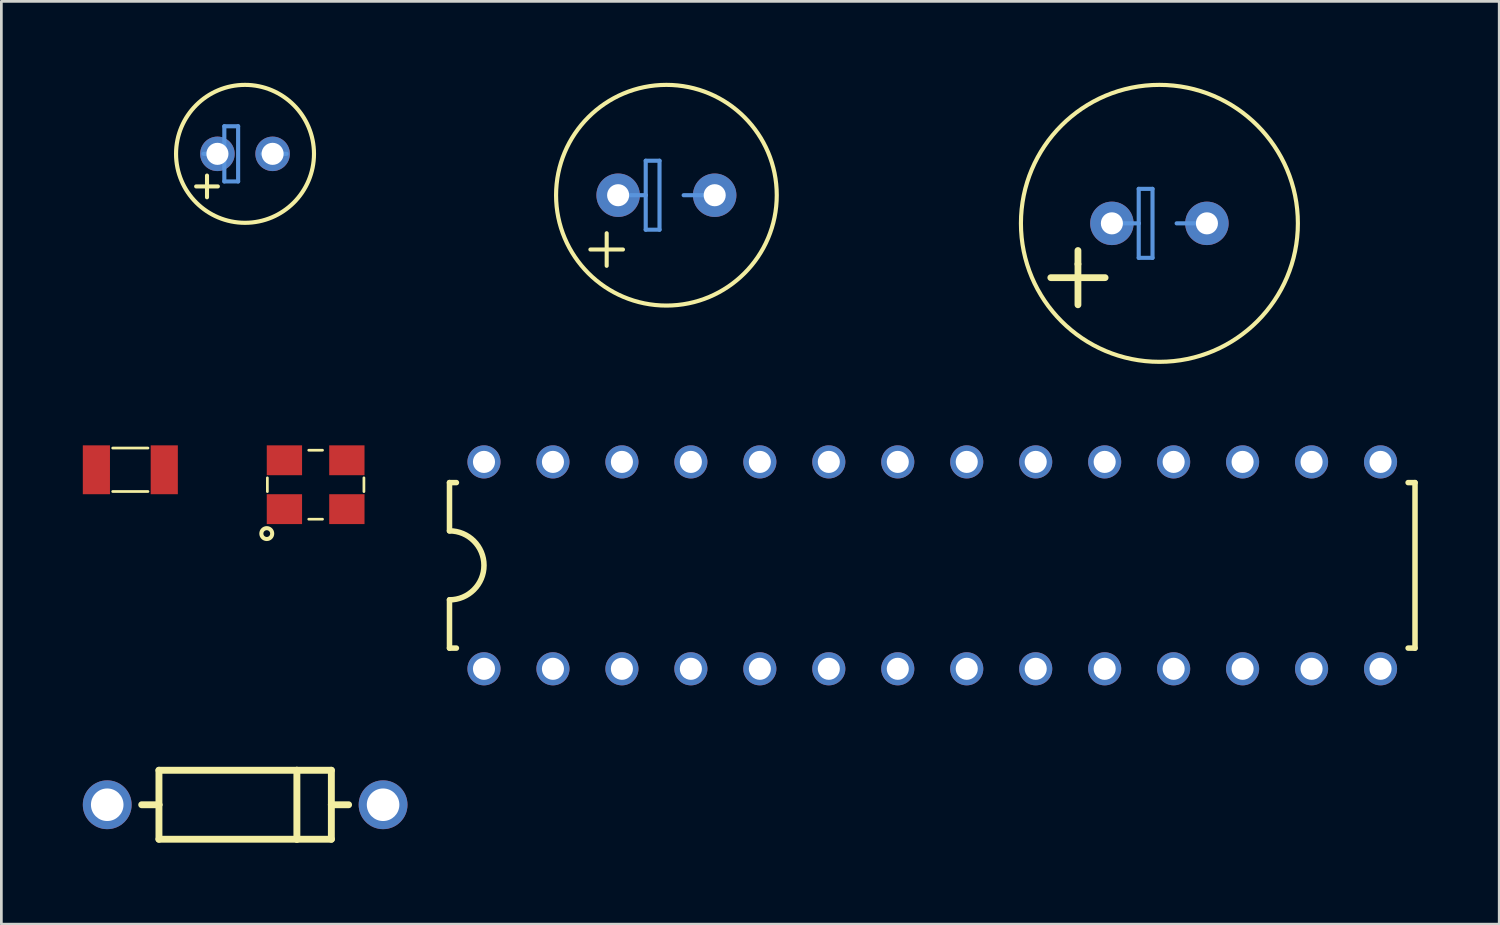
<source format=kicad_pcb>
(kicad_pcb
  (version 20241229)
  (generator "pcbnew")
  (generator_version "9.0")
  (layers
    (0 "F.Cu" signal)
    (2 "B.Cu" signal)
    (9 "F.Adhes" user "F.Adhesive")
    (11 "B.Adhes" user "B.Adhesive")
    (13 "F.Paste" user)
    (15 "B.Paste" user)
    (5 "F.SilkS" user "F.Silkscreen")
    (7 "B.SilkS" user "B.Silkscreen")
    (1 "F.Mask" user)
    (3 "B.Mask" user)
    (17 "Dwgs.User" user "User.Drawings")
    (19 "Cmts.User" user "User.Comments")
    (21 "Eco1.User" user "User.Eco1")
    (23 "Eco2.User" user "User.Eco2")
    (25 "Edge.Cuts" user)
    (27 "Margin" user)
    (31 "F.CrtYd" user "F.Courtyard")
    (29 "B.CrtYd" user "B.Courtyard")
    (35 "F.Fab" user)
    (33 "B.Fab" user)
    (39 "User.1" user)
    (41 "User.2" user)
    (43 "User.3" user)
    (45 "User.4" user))
  (footprint "CAP_ELECTRO_D8S3.5"
    (layer "F.Cu")
    (at 21.494 4.14)
    (property "Reference" "CAP_ELECTRO_D8S3.5" (at 0 -2 0) (layer "Eco1.User") (effects (font (size 0.8 0.8) (thickness 0.125))))
    (attr through_hole)
    (fp_line (start -2.2 1.4) (end -2.2 2.6) (stroke (width 0.15) (type solid)) (layer "F.SilkS"))
    (fp_line (start -1.6 2) (end -2.8 2) (stroke (width 0.15) (type solid)) (layer "F.SilkS"))
    (fp_circle (center 0 0) (end 4.064 0) (stroke (width 0.152) (type solid)) (fill no) (layer "F.SilkS"))
    (fp_line (start -1.651 0) (end -0.762 0) (stroke (width 0.152) (type solid)) (layer "Cmts.User"))
    (fp_line (start -0.762 -1.27) (end -0.762 0) (stroke (width 0.152) (type solid)) (layer "Cmts.User"))
    (fp_line (start -0.762 0) (end -0.762 1.27) (stroke (width 0.152) (type solid)) (layer "Cmts.User"))
    (fp_line (start -0.762 1.27) (end -0.254 1.27) (stroke (width 0.152) (type solid)) (layer "Cmts.User"))
    (fp_line (start -0.254 -1.27) (end -0.762 -1.27) (stroke (width 0.152) (type solid)) (layer "Cmts.User"))
    (fp_line (start -0.254 1.27) (end -0.254 -1.27) (stroke (width 0.152) (type solid)) (layer "Cmts.User"))
    (fp_line (start 0.635 0) (end 1.651 0) (stroke (width 0.152) (type solid)) (layer "Cmts.User"))
    (pad "+" thru_hole oval (at -1.778 0) (size 1.6 1.6) (drill 0.813) (layers "*.Cu" "*.Mask"))
    (pad "-" thru_hole oval (at 1.778 0) (size 1.6 1.6) (drill 0.813) (layers "*.Cu" "*.Mask")))
  (footprint "CRYSTAL-ABS07L"
    (layer "F.Cu")
    (at 1.75 14.252)
    (property "Reference" "CRYSTAL-ABS07L" (at 0 -0.3 0) (layer "Eco1.User") (effects (font (size 0.25 0.25) (thickness 0.062))))
    (attr through_hole)
    (fp_line (start -0.65 -0.8) (end 0.65 -0.8) (stroke (width 0.1) (type solid)) (layer "F.SilkS"))
    (fp_line (start 0.65 0.8) (end -0.65 0.8) (stroke (width 0.1) (type solid)) (layer "F.SilkS"))
    (pad "1" smd rect (at -1.25 0) (size 1 1.8) (layers "F.Cu" "F.Mask" "F.Paste"))
    (pad "2" smd rect (at 1.25 0) (size 1 1.8) (layers "F.Cu" "F.Mask" "F.Paste")))
  (footprint "CAP_ELECTRO_D5S2"
    (layer "F.Cu")
    (at 5.974 2.616)
    (property "Reference" "CAP_ELECTRO_D5S2" (at 0 -1.5 0) (layer "Eco1.User") (effects (font (size 0.8 0.8) (thickness 0.125))))
    (attr through_hole)
    (fp_line (start -1.8 1.2) (end -1 1.2) (stroke (width 0.15) (type solid)) (layer "F.SilkS"))
    (fp_line (start -1.4 0.8) (end -1.4 1.6) (stroke (width 0.15) (type solid)) (layer "F.SilkS"))
    (fp_circle (center 0 0) (end 2.54 0) (stroke (width 0.152) (type solid)) (fill no) (layer "F.SilkS"))
    (fp_line (start -1.524 0) (end -0.762 0) (stroke (width 0.152) (type solid)) (layer "Cmts.User"))
    (fp_line (start -0.762 -1.016) (end -0.762 0) (stroke (width 0.152) (type solid)) (layer "Cmts.User"))
    (fp_line (start -0.762 0) (end -0.762 1.016) (stroke (width 0.152) (type solid)) (layer "Cmts.User"))
    (fp_line (start -0.762 1.016) (end -0.254 1.016) (stroke (width 0.152) (type solid)) (layer "Cmts.User"))
    (fp_line (start -0.254 -1.016) (end -0.762 -1.016) (stroke (width 0.152) (type solid)) (layer "Cmts.User"))
    (fp_line (start -0.254 1.016) (end -0.254 -1.016) (stroke (width 0.152) (type solid)) (layer "Cmts.User"))
    (fp_line (start 0.635 0) (end 1.524 0) (stroke (width 0.152) (type solid)) (layer "Cmts.User"))
    (pad "1" thru_hole oval (at -1.016 0) (size 1.27 1.27) (drill 0.813) (layers "*.Cu" "*.Mask"))
    (pad "2" thru_hole oval (at 1.016 0) (size 1.27 1.27) (drill 0.813) (layers "*.Cu" "*.Mask")))
  (footprint "CRYSTAL_KX-7"
    (layer "F.Cu")
    (at 8.575 14.802)
    (property "Reference" "CRYSTAL_KX-7" (at 0 0 0) (layer "Eco1.User") (effects (font (size 0.25 0.25) (thickness 0.062))))
    (attr through_hole)
    (fp_line (start -1.778 -0.254) (end -1.778 0.254) (stroke (width 0.1) (type solid)) (layer "F.SilkS"))
    (fp_line (start -0.254 1.27) (end 0.254 1.27) (stroke (width 0.1) (type solid)) (layer "F.SilkS"))
    (fp_line (start 0.254 -1.27) (end -0.254 -1.27) (stroke (width 0.1) (type solid)) (layer "F.SilkS"))
    (fp_line (start 1.778 0.254) (end 1.778 -0.254) (stroke (width 0.1) (type solid)) (layer "F.SilkS"))
    (fp_circle (center -1.8 1.8) (end -1.6 1.8) (stroke (width 0.15) (type solid)) (fill no) (layer "F.SilkS"))
    (pad "1" smd rect (at -1.15 0.9) (size 1.3 1.1) (layers "F.Cu" "F.Mask" "F.Paste"))
    (pad "2" smd rect (at -1.15 -0.9) (size 1.3 1.1) (layers "F.Cu" "F.Mask" "F.Paste"))
    (pad "2" smd rect (at 1.15 0.9) (size 1.3 1.1) (layers "F.Cu" "F.Mask" "F.Paste"))
    (pad "3" smd rect (at 1.15 -0.9) (size 1.3 1.1) (layers "F.Cu" "F.Mask" "F.Paste")))
  (footprint "DIODE-1N4001"
    (layer "F.Cu")
    (at 5.979 26.589)
    (property "Reference" "DIODE-1N4001" (at 0 0 0) (layer "Eco1.User") (effects (font (size 0.6 0.6) (thickness 0.1))))
    (attr through_hole)
    (fp_line (start -3.175 -1.27) (end -3.175 0) (stroke (width 0.254) (type solid)) (layer "F.SilkS"))
    (fp_line (start -3.175 0) (end -3.81 0) (stroke (width 0.254) (type solid)) (layer "F.SilkS"))
    (fp_line (start -3.175 0) (end -3.175 1.27) (stroke (width 0.254) (type solid)) (layer "F.SilkS"))
    (fp_line (start -3.175 1.27) (end 1.905 1.27) (stroke (width 0.254) (type solid)) (layer "F.SilkS"))
    (fp_line (start 1.905 -1.27) (end -3.175 -1.27) (stroke (width 0.254) (type solid)) (layer "F.SilkS"))
    (fp_line (start 1.905 -1.27) (end 1.905 1.27) (stroke (width 0.254) (type solid)) (layer "F.SilkS"))
    (fp_line (start 1.905 1.27) (end 3.175 1.27) (stroke (width 0.254) (type solid)) (layer "F.SilkS"))
    (fp_line (start 3.175 -1.27) (end 1.905 -1.27) (stroke (width 0.254) (type solid)) (layer "F.SilkS"))
    (fp_line (start 3.175 0) (end 3.175 -1.27) (stroke (width 0.254) (type solid)) (layer "F.SilkS"))
    (fp_line (start 3.175 0) (end 3.81 0) (stroke (width 0.254) (type solid)) (layer "F.SilkS"))
    (fp_line (start 3.175 1.27) (end 3.175 0) (stroke (width 0.254) (type solid)) (layer "F.SilkS"))
    (pad "A" thru_hole oval (at -5.08 0) (size 1.798 1.798) (drill 1.199) (layers "*.Cu" "*.Mask"))
    (pad "K" thru_hole oval (at 5.08 0) (size 1.798 1.798) (drill 1.199) (layers "*.Cu" "*.Mask")))
  (footprint "CAP_ELECTRO_D10S3.5"
    (layer "F.Cu")
    (at 39.651 5.176)
    (property "Reference" "CAP_ELECTRO_D10S3.5" (at 0 -2.159 0) (layer "Eco1.User") (effects (font (size 1 1) (thickness 0.125))))
    (attr through_hole)
    (fp_line (start -4 2) (end -2 2) (stroke (width 0.25) (type solid)) (layer "F.SilkS"))
    (fp_line (start -3 1.5) (end -3 1) (stroke (width 0.25) (type solid)) (layer "F.SilkS"))
    (fp_line (start -3 3) (end -3 1.5) (stroke (width 0.25) (type solid)) (layer "F.SilkS"))
    (fp_circle (center 0 0) (end 5.1 0) (stroke (width 0.152) (type solid)) (fill no) (layer "F.SilkS"))
    (fp_line (start -1.651 0) (end -0.762 0) (stroke (width 0.152) (type solid)) (layer "Cmts.User"))
    (fp_line (start -0.762 -1.27) (end -0.762 0) (stroke (width 0.152) (type solid)) (layer "Cmts.User"))
    (fp_line (start -0.762 0) (end -0.762 1.27) (stroke (width 0.152) (type solid)) (layer "Cmts.User"))
    (fp_line (start -0.762 1.27) (end -0.254 1.27) (stroke (width 0.152) (type solid)) (layer "Cmts.User"))
    (fp_line (start -0.254 -1.27) (end -0.762 -1.27) (stroke (width 0.152) (type solid)) (layer "Cmts.User"))
    (fp_line (start -0.254 1.27) (end -0.254 -1.27) (stroke (width 0.152) (type solid)) (layer "Cmts.User"))
    (fp_line (start 0.635 0) (end 1.651 0) (stroke (width 0.152) (type solid)) (layer "Cmts.User"))
    (pad "1" thru_hole oval (at -1.75 0) (size 1.6 1.6) (drill 0.813) (layers "*.Cu" "*.Mask"))
    (pad "2" thru_hole oval (at 1.75 0) (size 1.6 1.6) (drill 0.813) (layers "*.Cu" "*.Mask")))
  (footprint "DIL28-3"
    (layer "F.Cu")
    (at 31.285 17.772)
    (property "Reference" "DIL28-3" (at 0 0 0) (layer "Eco1.User") (effects (font (size 0.61 0.61) (thickness 0.061))))
    (attr through_hole)
    (fp_line (start -17.78 -3.048) (end -17.78 -1.27) (stroke (width 0.203) (type solid)) (layer "F.SilkS"))
    (fp_line (start -17.78 -3.048) (end -17.526 -3.048) (stroke (width 0.203) (type solid)) (layer "F.SilkS"))
    (fp_line (start -17.78 1.27) (end -17.78 3.048) (stroke (width 0.203) (type solid)) (layer "F.SilkS"))
    (fp_line (start -17.78 3.048) (end -17.526 3.048) (stroke (width 0.203) (type solid)) (layer "F.SilkS"))
    (fp_line (start 17.78 -3.048) (end 17.526 -3.048) (stroke (width 0.203) (type solid)) (layer "F.SilkS"))
    (fp_line (start 17.78 3.048) (end 17.526 3.048) (stroke (width 0.203) (type solid)) (layer "F.SilkS"))
    (fp_line (start 17.78 3.048) (end 17.78 -3.048) (stroke (width 0.203) (type solid)) (layer "F.SilkS"))
    (fp_arc (start -17.78 -1.27) (mid -16.51 0) (end -17.78 1.27) (stroke (width 0.2032) (type solid)) (layer "F.SilkS"))
    (pad "1" thru_hole oval (at -16.51 3.81 90) (size 1.219 1.219) (drill 0.813) (layers "*.Cu" "*.Mask"))
    (pad "2" thru_hole oval (at -13.97 3.81 90) (size 1.219 1.219) (drill 0.813) (layers "*.Cu" "*.Mask"))
    (pad "3" thru_hole oval (at -11.43 3.81 90) (size 1.219 1.219) (drill 0.813) (layers "*.Cu" "*.Mask"))
    (pad "4" thru_hole oval (at -8.89 3.81 90) (size 1.219 1.219) (drill 0.813) (layers "*.Cu" "*.Mask"))
    (pad "5" thru_hole oval (at -6.35 3.81 90) (size 1.219 1.219) (drill 0.813) (layers "*.Cu" "*.Mask"))
    (pad "6" thru_hole oval (at -3.81 3.81 90) (size 1.219 1.219) (drill 0.813) (layers "*.Cu" "*.Mask"))
    (pad "7" thru_hole oval (at -1.27 3.81 90) (size 1.219 1.219) (drill 0.813) (layers "*.Cu" "*.Mask"))
    (pad "8" thru_hole oval (at 1.27 3.81 90) (size 1.219 1.219) (drill 0.813) (layers "*.Cu" "*.Mask"))
    (pad "9" thru_hole oval (at 3.81 3.81 90) (size 1.219 1.219) (drill 0.813) (layers "*.Cu" "*.Mask"))
    (pad "10" thru_hole oval (at 6.35 3.81 90) (size 1.219 1.219) (drill 0.813) (layers "*.Cu" "*.Mask"))
    (pad "11" thru_hole oval (at 8.89 3.81 90) (size 1.219 1.219) (drill 0.813) (layers "*.Cu" "*.Mask"))
    (pad "12" thru_hole oval (at 11.43 3.81 90) (size 1.219 1.219) (drill 0.813) (layers "*.Cu" "*.Mask"))
    (pad "13" thru_hole oval (at 13.97 3.81 90) (size 1.219 1.219) (drill 0.813) (layers "*.Cu" "*.Mask"))
    (pad "14" thru_hole oval (at 16.51 3.81 90) (size 1.219 1.219) (drill 0.813) (layers "*.Cu" "*.Mask"))
    (pad "15" thru_hole oval (at 16.51 -3.81 90) (size 1.219 1.219) (drill 0.813) (layers "*.Cu" "*.Mask"))
    (pad "16" thru_hole oval (at 13.97 -3.81 90) (size 1.219 1.219) (drill 0.813) (layers "*.Cu" "*.Mask"))
    (pad "17" thru_hole oval (at 11.43 -3.81 90) (size 1.219 1.219) (drill 0.813) (layers "*.Cu" "*.Mask"))
    (pad "18" thru_hole oval (at 8.89 -3.81 90) (size 1.219 1.219) (drill 0.813) (layers "*.Cu" "*.Mask"))
    (pad "19" thru_hole oval (at 6.35 -3.81 90) (size 1.219 1.219) (drill 0.813) (layers "*.Cu" "*.Mask"))
    (pad "20" thru_hole oval (at 3.81 -3.81 90) (size 1.219 1.219) (drill 0.813) (layers "*.Cu" "*.Mask"))
    (pad "21" thru_hole oval (at 1.27 -3.81 90) (size 1.219 1.219) (drill 0.813) (layers "*.Cu" "*.Mask"))
    (pad "22" thru_hole oval (at -1.27 -3.81 90) (size 1.219 1.219) (drill 0.813) (layers "*.Cu" "*.Mask"))
    (pad "23" thru_hole oval (at -3.81 -3.81 90) (size 1.219 1.219) (drill 0.813) (layers "*.Cu" "*.Mask"))
    (pad "24" thru_hole oval (at -6.35 -3.81 90) (size 1.219 1.219) (drill 0.813) (layers "*.Cu" "*.Mask"))
    (pad "25" thru_hole oval (at -8.89 -3.81 90) (size 1.219 1.219) (drill 0.813) (layers "*.Cu" "*.Mask"))
    (pad "26" thru_hole oval (at -11.43 -3.81 90) (size 1.219 1.219) (drill 0.813) (layers "*.Cu" "*.Mask"))
    (pad "27" thru_hole oval (at -13.97 -3.81 90) (size 1.219 1.219) (drill 0.813) (layers "*.Cu" "*.Mask"))
    (pad "28" thru_hole oval (at -16.51 -3.81 90) (size 1.219 1.219) (drill 0.813) (layers "*.Cu" "*.Mask")))
  (gr_rect
    (start -3 -3)
    (end 52.166 30.986)
    (stroke (width 0.1) (type default))
    (fill no)
    (layer "Edge.Cuts")))
</source>
